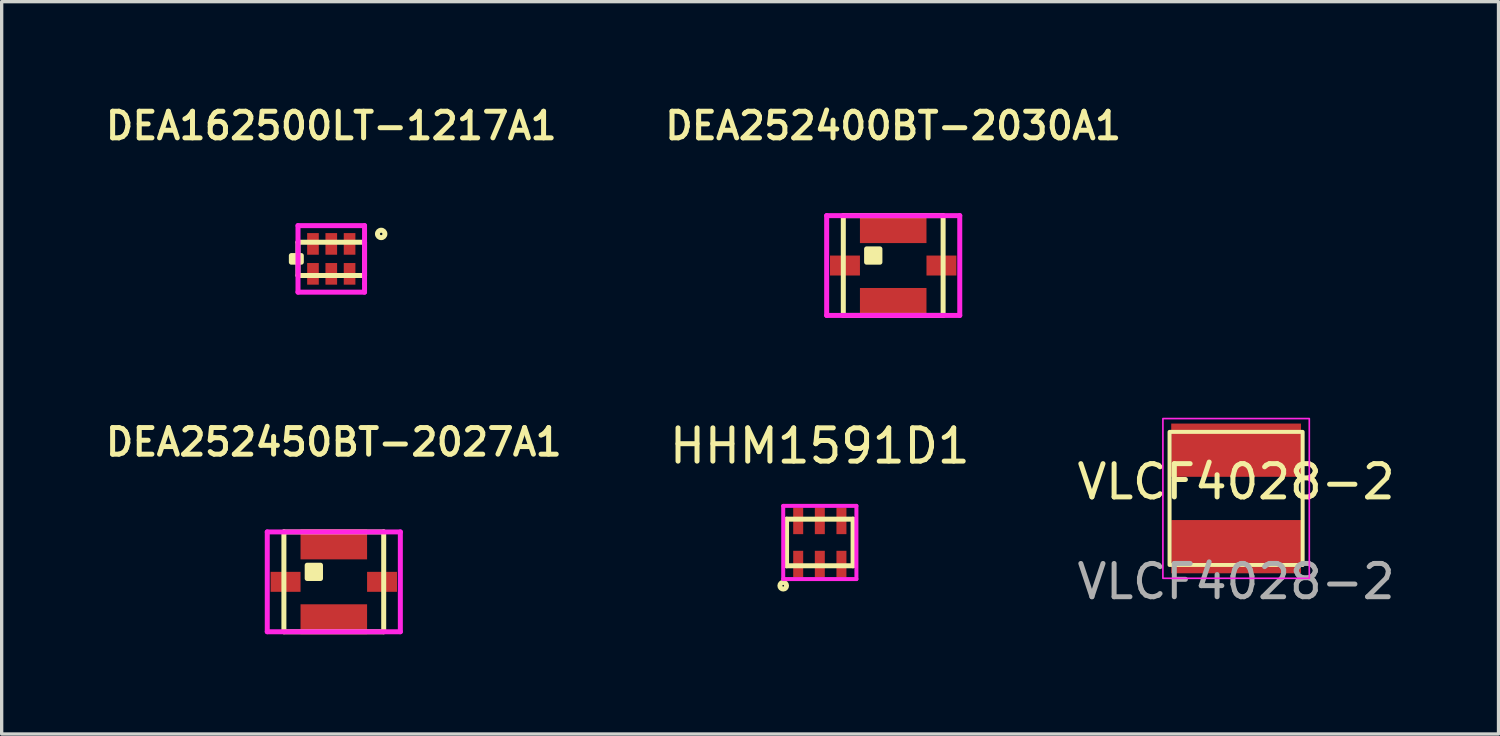
<source format=kicad_pcb>
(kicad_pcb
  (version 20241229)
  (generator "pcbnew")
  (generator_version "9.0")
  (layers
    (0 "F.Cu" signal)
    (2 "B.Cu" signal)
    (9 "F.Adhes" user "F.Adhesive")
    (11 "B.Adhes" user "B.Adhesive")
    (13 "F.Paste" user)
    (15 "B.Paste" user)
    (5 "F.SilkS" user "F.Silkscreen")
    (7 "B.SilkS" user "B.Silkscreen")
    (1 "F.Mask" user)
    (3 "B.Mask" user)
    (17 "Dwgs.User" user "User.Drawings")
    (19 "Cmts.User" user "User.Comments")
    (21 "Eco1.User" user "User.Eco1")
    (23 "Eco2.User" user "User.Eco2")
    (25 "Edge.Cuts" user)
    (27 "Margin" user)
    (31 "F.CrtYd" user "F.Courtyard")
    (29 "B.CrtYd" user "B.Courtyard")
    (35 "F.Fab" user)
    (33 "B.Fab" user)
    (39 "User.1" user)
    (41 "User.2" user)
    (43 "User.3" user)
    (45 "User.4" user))
  (footprint "HHM1591D1"
    (layer "F.Cu")
    (at 21.591 13.255)
    (property "Reference" "HHM1591D1" (at 0 -2.9 0) (layer "F.SilkS") (effects (font (size 1 1) (thickness 0.15))))
    (attr through_hole)
    (fp_line (start -1 -0.7) (end 1 -0.7) (stroke (width 0.15) (type solid)) (layer "F.SilkS"))
    (fp_line (start -1 0.7) (end -1 -0.7) (stroke (width 0.15) (type solid)) (layer "F.SilkS"))
    (fp_line (start 1 -0.7) (end 1 0.7) (stroke (width 0.15) (type solid)) (layer "F.SilkS"))
    (fp_line (start 1 0.7) (end -1 0.7) (stroke (width 0.15) (type solid)) (layer "F.SilkS"))
    (fp_circle (center -1.1 1.3) (end -1 1.3) (stroke (width 0.15) (type solid)) (fill no) (layer "F.SilkS"))
    (fp_line (start -1.1 -1.1) (end 1.1 -1.1) (stroke (width 0.12) (type solid)) (layer "F.CrtYd"))
    (fp_line (start -1.1 1.1) (end -1.1 -1.1) (stroke (width 0.12) (type solid)) (layer "F.CrtYd"))
    (fp_line (start 1.1 -1.1) (end 1.1 1.1) (stroke (width 0.12) (type solid)) (layer "F.CrtYd"))
    (fp_line (start 1.1 1.1) (end -1.1 1.1) (stroke (width 0.12) (type solid)) (layer "F.CrtYd"))
    (pad "1" smd rect (at -0.65 0.65) (size 0.3 0.8) (layers "F.Cu" "F.Mask" "F.Paste"))
    (pad "2" smd rect (at 0 0.65) (size 0.3 0.8) (layers "F.Cu" "F.Mask" "F.Paste"))
    (pad "3" smd rect (at 0.65 0.65) (size 0.3 0.8) (layers "F.Cu" "F.Mask" "F.Paste"))
    (pad "4" smd rect (at 0.65 -0.65) (size 0.3 0.8) (layers "F.Cu" "F.Mask" "F.Paste"))
    (pad "5" smd rect (at 0 -0.65) (size 0.3 0.8) (layers "F.Cu" "F.Mask" "F.Paste"))
    (pad "6" smd rect (at -0.65 -0.65) (size 0.3 0.8) (layers "F.Cu" "F.Mask" "F.Paste")))
  (footprint "VLCF4028-2"
    (layer "F.Cu")
    (at 34.103 11.931)
    (property "Reference" "VLCF4028-2" (at 0 -0.5 0) (unlocked yes) (layer "F.SilkS") (effects (font (size 1 1) (thickness 0.15))))
    (attr smd)
    (fp_rect (start -2 -2) (end 2 2) (stroke (width 0.12) (type default)) (fill no) (layer "F.SilkS"))
    (fp_rect (start -2.2 -2.4) (end 2.2 2.4) (stroke (width 0.05) (type default)) (fill no) (layer "F.CrtYd"))
    (fp_text user "${REFERENCE}" (at 0 2.5 0) (unlocked yes) (layer "F.Fab") (effects (font (size 1 1) (thickness 0.15))))
    (pad "1" smd rect (at 0 -1.45) (size 3.9 1.6) (layers "F.Cu" "F.Mask" "F.Paste"))
    (pad "2" smd rect (at 0 1.45) (size 3.9 1.6) (layers "F.Cu" "F.Mask" "F.Paste")))
  (footprint "DEA162500LT-1217A1"
    (layer "F.Cu")
    (at 6.907 4.731)
    (property "Reference" "DEA162500LT-1217A1" (at 0 -4 0) (layer "F.SilkS") (effects (font (size 0.8 0.8) (thickness 0.15))))
    (attr through_hole)
    (fp_line (start -1 -0.5) (end 1 -0.5) (stroke (width 0.15) (type solid)) (layer "F.SilkS"))
    (fp_line (start -1 0.5) (end -1 -0.5) (stroke (width 0.15) (type solid)) (layer "F.SilkS"))
    (fp_line (start 1 -0.5) (end 1 0.5) (stroke (width 0.15) (type solid)) (layer "F.SilkS"))
    (fp_line (start 1 0.5) (end -1 0.5) (stroke (width 0.15) (type solid)) (layer "F.SilkS"))
    (fp_circle (center 1.5 -0.75) (end 1.6 -0.8) (stroke (width 0.15) (type solid)) (fill no) (layer "F.SilkS"))
    (fp_poly (pts (xy -1.2 -0.1) (xy -0.9 -0.1) (xy -0.9 0.1) (xy -1.2 0.1)) (stroke (width 0.15) (type solid)) (fill yes) (layer "F.SilkS"))
    (fp_line (start -1 -1) (end 1 -1) (stroke (width 0.15) (type solid)) (layer "F.CrtYd"))
    (fp_line (start -1 1) (end -1 -1) (stroke (width 0.15) (type solid)) (layer "F.CrtYd"))
    (fp_line (start 1 -1) (end 1 0.75) (stroke (width 0.15) (type solid)) (layer "F.CrtYd"))
    (fp_line (start 1 0.75) (end 1 1) (stroke (width 0.15) (type solid)) (layer "F.CrtYd"))
    (fp_line (start 1 1) (end -1 1) (stroke (width 0.15) (type solid)) (layer "F.CrtYd"))
    (pad "1" smd rect (at 0.55 -0.45) (size 0.35 0.65) (layers "F.Cu" "F.Mask" "F.Paste"))
    (pad "2" smd rect (at 0 -0.45) (size 0.35 0.65) (layers "F.Cu" "F.Mask" "F.Paste"))
    (pad "3" smd rect (at -0.55 -0.45) (size 0.35 0.65) (layers "F.Cu" "F.Mask" "F.Paste"))
    (pad "4" smd rect (at -0.55 0.45) (size 0.35 0.65) (layers "F.Cu" "F.Mask" "F.Paste"))
    (pad "5" smd rect (at 0 0.45) (size 0.35 0.65) (layers "F.Cu" "F.Mask" "F.Paste"))
    (pad "6" smd rect (at 0.55 0.45) (size 0.35 0.65) (layers "F.Cu" "F.Mask" "F.Paste")))
  (footprint "DEA252450BT-2027A1"
    (layer "F.Cu")
    (at 6.983 14.438)
    (property "Reference" "DEA252450BT-2027A1" (at 0 -4.2 0) (layer "F.SilkS") (effects (font (size 0.8 0.8) (thickness 0.15))))
    (attr smd)
    (fp_line (start -1.5 -1.5) (end 1.5 -1.5) (stroke (width 0.15) (type solid)) (layer "F.SilkS"))
    (fp_line (start -1.5 1.5) (end -1.5 -1.5) (stroke (width 0.15) (type solid)) (layer "F.SilkS"))
    (fp_line (start 1.5 -1.5) (end 1.5 1.5) (stroke (width 0.15) (type solid)) (layer "F.SilkS"))
    (fp_line (start 1.5 1.5) (end -1.5 1.5) (stroke (width 0.15) (type solid)) (layer "F.SilkS"))
    (fp_poly (pts (xy -0.8 -0.5) (xy -0.4 -0.5) (xy -0.4 -0.1) (xy -0.8 -0.1)) (stroke (width 0.15) (type solid)) (fill yes) (layer "F.SilkS"))
    (fp_line (start -2 -1.5) (end 2 -1.5) (stroke (width 0.15) (type solid)) (layer "F.CrtYd"))
    (fp_line (start -2 1.5) (end -2 -1.5) (stroke (width 0.15) (type solid)) (layer "F.CrtYd"))
    (fp_line (start 2 -1.5) (end 2 1.5) (stroke (width 0.15) (type solid)) (layer "F.CrtYd"))
    (fp_line (start 2 1.5) (end -2 1.5) (stroke (width 0.15) (type solid)) (layer "F.CrtYd"))
    (pad "1" smd rect (at -1.45 0) (size 0.9 0.6) (layers "F.Cu" "F.Mask" "F.Paste"))
    (pad "2" smd rect (at 1.45 0) (size 0.9 0.6) (layers "F.Cu" "F.Mask" "F.Paste"))
    (pad "3" smd rect (at 0 -1.125) (size 2 0.9) (layers "F.Cu" "F.Mask" "F.Paste"))
    (pad "4" smd rect (at 0 1.125) (size 2 0.9) (layers "F.Cu" "F.Mask" "F.Paste")))
  (footprint "DEA252400BT-2030A1"
    (layer "F.Cu")
    (at 23.797 4.931)
    (property "Reference" "DEA252400BT-2030A1" (at 0 -4.2 0) (layer "F.SilkS") (effects (font (size 0.8 0.8) (thickness 0.15))))
    (attr through_hole)
    (fp_line (start -1.5 -1.5) (end 1.5 -1.5) (stroke (width 0.15) (type solid)) (layer "F.SilkS"))
    (fp_line (start -1.5 1.5) (end -1.5 -1.5) (stroke (width 0.15) (type solid)) (layer "F.SilkS"))
    (fp_line (start 1.5 -1.5) (end 1.5 1.5) (stroke (width 0.15) (type solid)) (layer "F.SilkS"))
    (fp_line (start 1.5 1.5) (end -1.5 1.5) (stroke (width 0.15) (type solid)) (layer "F.SilkS"))
    (fp_poly (pts (xy -0.8 -0.5) (xy -0.4 -0.5) (xy -0.4 -0.1) (xy -0.8 -0.1)) (stroke (width 0.15) (type solid)) (fill yes) (layer "F.SilkS"))
    (fp_line (start -2 -1.5) (end 2 -1.5) (stroke (width 0.15) (type solid)) (layer "F.CrtYd"))
    (fp_line (start -2 1.5) (end -2 -1.5) (stroke (width 0.15) (type solid)) (layer "F.CrtYd"))
    (fp_line (start 2 -1.5) (end 2 1.5) (stroke (width 0.15) (type solid)) (layer "F.CrtYd"))
    (fp_line (start 2 1.5) (end -2 1.5) (stroke (width 0.15) (type solid)) (layer "F.CrtYd"))
    (pad "1" smd rect (at -1.45 0) (size 0.9 0.6) (layers "F.Cu" "F.Mask" "F.Paste"))
    (pad "2" smd rect (at 1.45 0) (size 0.9 0.6) (layers "F.Cu" "F.Mask" "F.Paste"))
    (pad "3" smd rect (at 0 -1.125) (size 2 0.9) (layers "F.Cu" "F.Mask" "F.Paste"))
    (pad "4" smd rect (at 0 1.125) (size 2 0.9) (layers "F.Cu" "F.Mask" "F.Paste")))
  (gr_rect
    (start -3 -3)
    (end 41.99 19.012)
    (stroke (width 0.1) (type default))
    (fill no)
    (layer "Edge.Cuts")))
</source>
